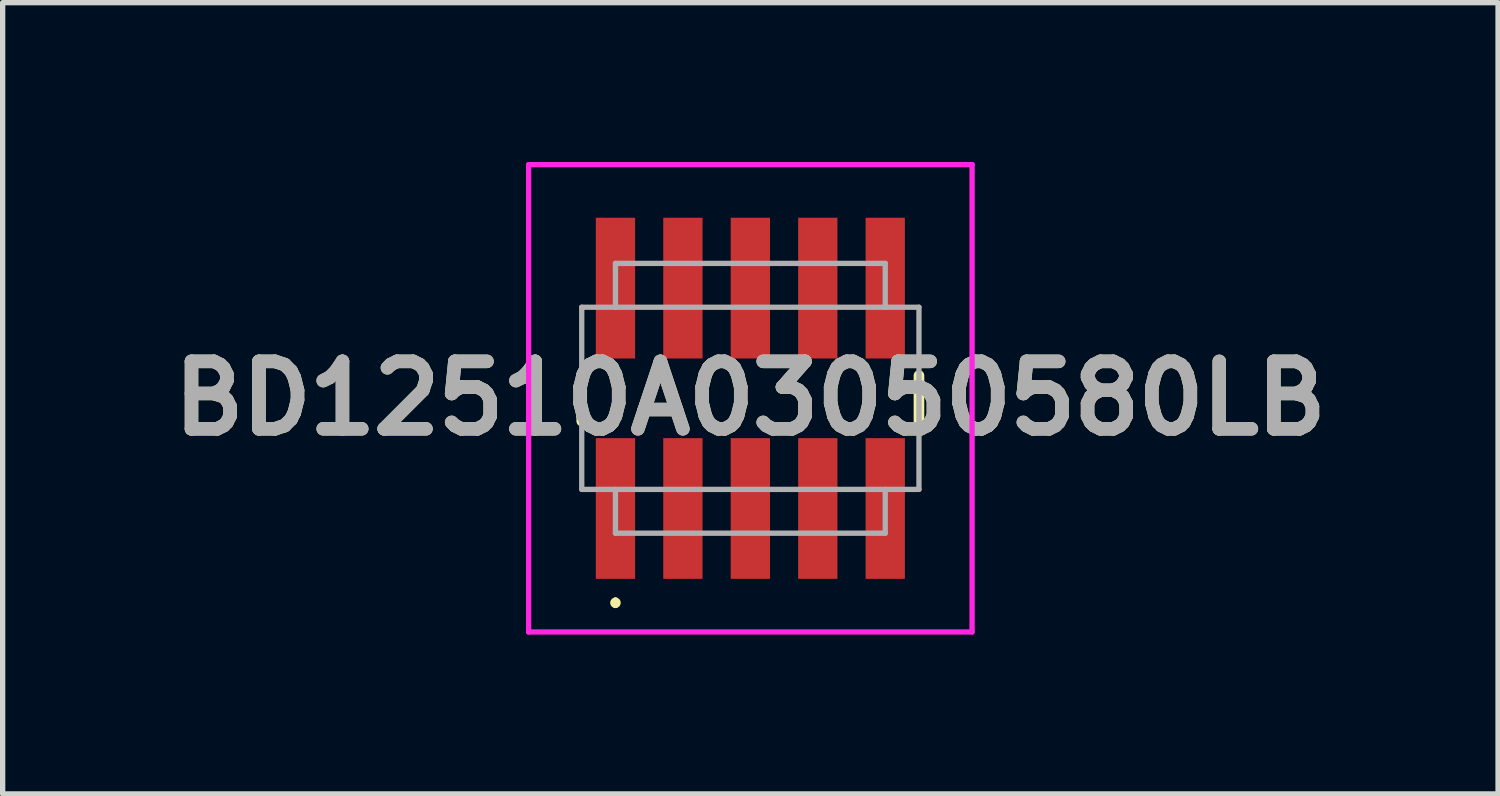
<source format=kicad_pcb>
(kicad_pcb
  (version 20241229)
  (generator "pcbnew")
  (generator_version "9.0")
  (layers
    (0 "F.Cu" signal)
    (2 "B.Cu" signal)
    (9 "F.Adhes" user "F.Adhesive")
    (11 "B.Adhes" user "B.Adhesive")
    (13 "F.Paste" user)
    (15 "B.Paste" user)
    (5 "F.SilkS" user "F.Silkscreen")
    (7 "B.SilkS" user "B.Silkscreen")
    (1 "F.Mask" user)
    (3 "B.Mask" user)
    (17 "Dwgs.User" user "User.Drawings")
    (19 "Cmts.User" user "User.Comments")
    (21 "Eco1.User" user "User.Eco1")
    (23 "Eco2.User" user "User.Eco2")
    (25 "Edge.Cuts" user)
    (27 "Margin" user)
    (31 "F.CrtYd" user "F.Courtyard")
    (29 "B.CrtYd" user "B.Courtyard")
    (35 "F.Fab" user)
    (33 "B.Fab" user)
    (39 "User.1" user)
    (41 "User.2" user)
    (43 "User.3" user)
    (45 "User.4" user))
  (footprint "BD12510A03050580LB"
    (layer "F.Cu")
    (at 11.079 4.45)
    (property "Reference" "BD12510A03050580LB" (at 0 0 0) (layer "F.SilkS") (effects (font (size 1.27 1.27) (thickness 0.254))))
    (attr smd)
    (fp_line (start -3.175 0.429) (end -3.175 -0.429) (stroke (width 0.2) (type solid)) (layer "F.SilkS"))
    (fp_line (start -2.54 3.8) (end -2.54 3.8) (stroke (width 0.1) (type solid)) (layer "F.SilkS"))
    (fp_line (start -2.54 3.9) (end -2.54 3.9) (stroke (width 0.1) (type solid)) (layer "F.SilkS"))
    (fp_line (start 3.175 0.429) (end 3.175 -0.429) (stroke (width 0.2) (type solid)) (layer "F.SilkS"))
    (fp_arc (start -2.54 3.8) (mid -2.49 3.85) (end -2.54 3.9) (stroke (width 0.1) (type solid)) (layer "F.SilkS"))
    (fp_arc (start -2.54 3.9) (mid -2.59 3.85) (end -2.54 3.8) (stroke (width 0.1) (type solid)) (layer "F.SilkS"))
    (fp_line (start -4.175 -4.4) (end 4.175 -4.4) (stroke (width 0.1) (type solid)) (layer "F.CrtYd"))
    (fp_line (start -4.175 4.4) (end -4.175 -4.4) (stroke (width 0.1) (type solid)) (layer "F.CrtYd"))
    (fp_line (start 4.175 -4.4) (end 4.175 4.4) (stroke (width 0.1) (type solid)) (layer "F.CrtYd"))
    (fp_line (start 4.175 4.4) (end -4.175 4.4) (stroke (width 0.1) (type solid)) (layer "F.CrtYd"))
    (fp_line (start -3.175 -1.715) (end 3.175 -1.715) (stroke (width 0.1) (type solid)) (layer "F.Fab"))
    (fp_line (start -3.175 1.715) (end -3.175 -1.715) (stroke (width 0.1) (type solid)) (layer "F.Fab"))
    (fp_line (start -2.54 -2.54) (end -2.54 -1.715) (stroke (width 0.1) (type solid)) (layer "F.Fab"))
    (fp_line (start -2.54 2.54) (end -2.54 1.715) (stroke (width 0.1) (type solid)) (layer "F.Fab"))
    (fp_line (start 2.54 -2.54) (end -2.54 -2.54) (stroke (width 0.1) (type solid)) (layer "F.Fab"))
    (fp_line (start 2.54 -1.715) (end 2.54 -2.54) (stroke (width 0.1) (type solid)) (layer "F.Fab"))
    (fp_line (start 2.54 1.715) (end 2.54 2.54) (stroke (width 0.1) (type solid)) (layer "F.Fab"))
    (fp_line (start 2.54 2.54) (end -2.54 2.54) (stroke (width 0.1) (type solid)) (layer "F.Fab"))
    (fp_line (start 3.175 -1.715) (end 3.175 1.715) (stroke (width 0.1) (type solid)) (layer "F.Fab"))
    (fp_line (start 3.175 1.715) (end -3.175 1.715) (stroke (width 0.1) (type solid)) (layer "F.Fab"))
    (fp_text user "${REFERENCE}" (at 0 0 0) (layer "F.Fab") (effects (font (size 1.27 1.27) (thickness 0.254))))
    (pad "1" smd rect (at -2.54 2.075) (size 0.74 2.65) (layers "F.Cu" "F.Mask" "F.Paste"))
    (pad "2" smd rect (at -2.54 -2.075) (size 0.74 2.65) (layers "F.Cu" "F.Mask" "F.Paste"))
    (pad "3" smd rect (at -1.27 2.075) (size 0.74 2.65) (layers "F.Cu" "F.Mask" "F.Paste"))
    (pad "4" smd rect (at -1.27 -2.075) (size 0.74 2.65) (layers "F.Cu" "F.Mask" "F.Paste"))
    (pad "5" smd rect (at 0 2.075) (size 0.74 2.65) (layers "F.Cu" "F.Mask" "F.Paste"))
    (pad "6" smd rect (at 0 -2.075) (size 0.74 2.65) (layers "F.Cu" "F.Mask" "F.Paste"))
    (pad "7" smd rect (at 1.27 2.075) (size 0.74 2.65) (layers "F.Cu" "F.Mask" "F.Paste"))
    (pad "8" smd rect (at 1.27 -2.075) (size 0.74 2.65) (layers "F.Cu" "F.Mask" "F.Paste"))
    (pad "9" smd rect (at 2.54 2.075) (size 0.74 2.65) (layers "F.Cu" "F.Mask" "F.Paste"))
    (pad "10" smd rect (at 2.54 -2.075) (size 0.74 2.65) (layers "F.Cu" "F.Mask" "F.Paste")))
  (gr_rect
    (start -3 -3)
    (end 25.158 11.9)
    (stroke (width 0.1) (type default))
    (fill no)
    (layer "Edge.Cuts")))
</source>
